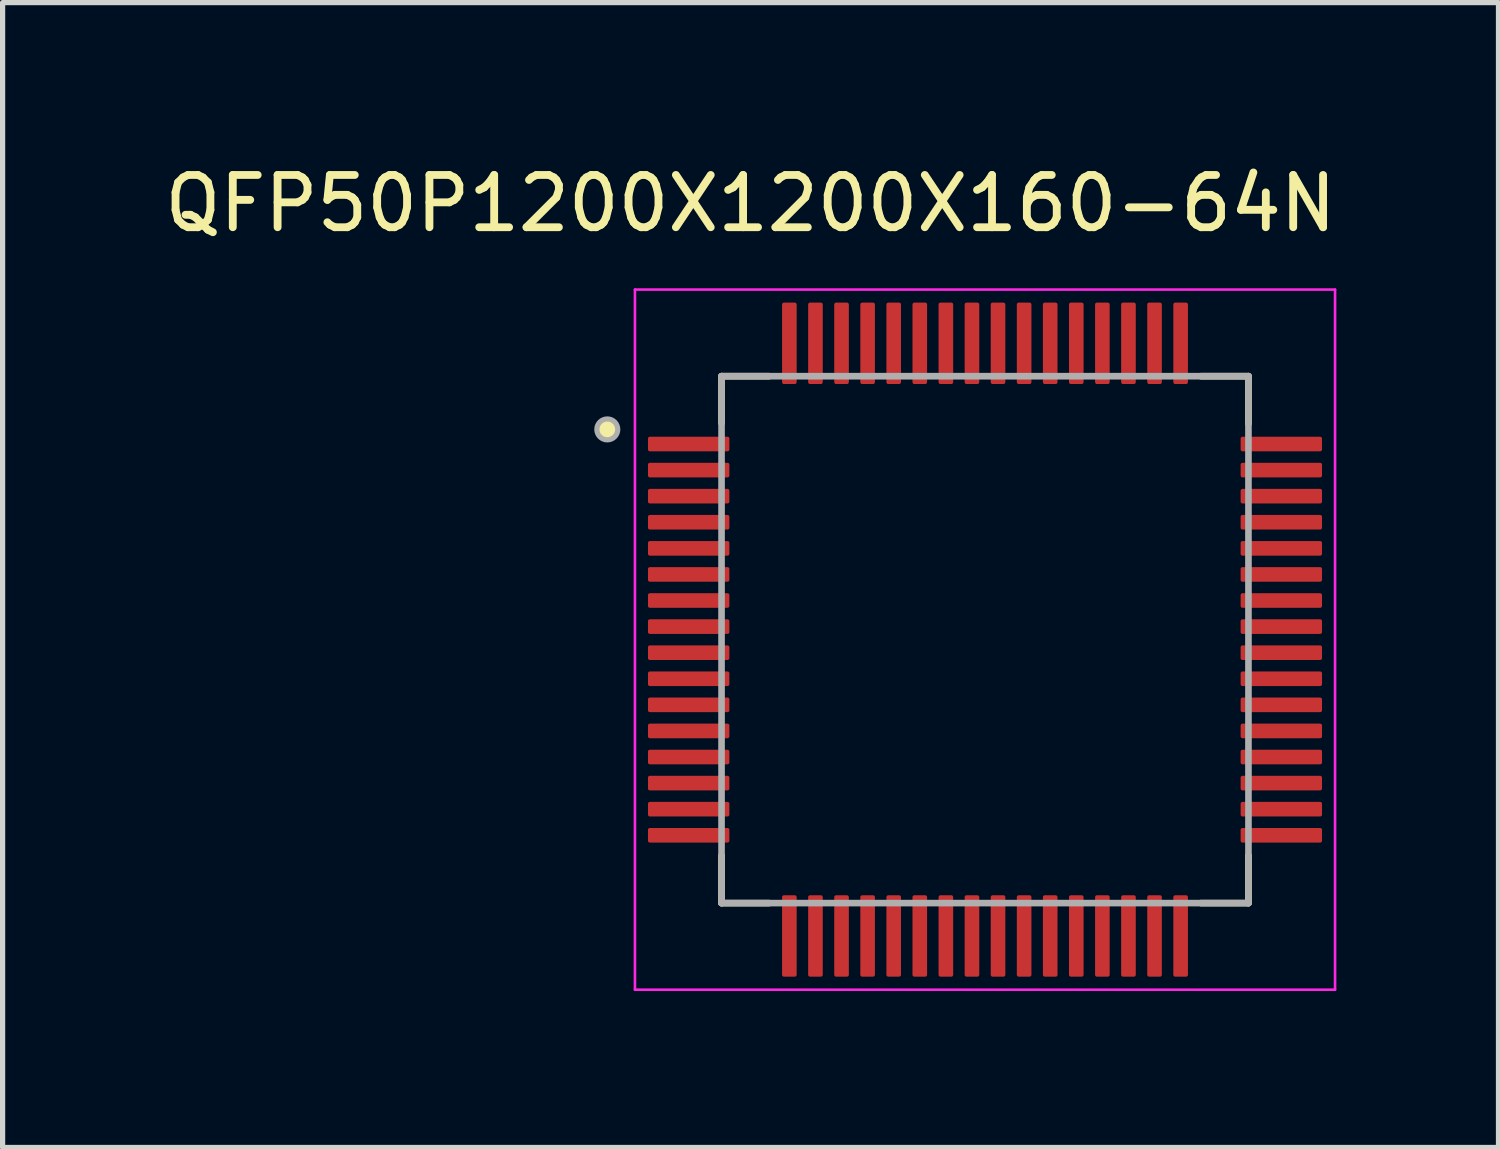
<source format=kicad_pcb>
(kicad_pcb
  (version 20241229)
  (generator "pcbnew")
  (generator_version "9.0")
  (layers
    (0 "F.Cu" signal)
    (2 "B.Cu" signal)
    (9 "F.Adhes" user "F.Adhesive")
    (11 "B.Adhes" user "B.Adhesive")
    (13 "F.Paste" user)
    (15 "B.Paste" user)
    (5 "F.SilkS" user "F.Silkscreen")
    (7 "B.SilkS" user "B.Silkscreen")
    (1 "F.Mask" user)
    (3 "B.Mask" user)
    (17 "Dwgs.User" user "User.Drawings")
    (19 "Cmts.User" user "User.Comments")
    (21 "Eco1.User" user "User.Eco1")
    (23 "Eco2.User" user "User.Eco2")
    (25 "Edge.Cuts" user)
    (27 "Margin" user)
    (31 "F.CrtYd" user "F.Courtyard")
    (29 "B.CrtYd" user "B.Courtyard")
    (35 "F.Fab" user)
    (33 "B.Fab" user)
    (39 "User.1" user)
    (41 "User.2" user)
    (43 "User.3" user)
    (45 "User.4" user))
  (footprint "QFP50P1200X1200X160-64N"
    (layer "F.Cu")
    (at 15.831 9.211)
    (property "Reference" "QFP50P1200X1200X160-64N" (at -4.494 -8.361 0) (layer "F.SilkS") (effects (font (size 1.002 1.002) (thickness 0.15))))
    (attr smd)
    (fp_line (start -5.05 -5.05) (end -5.05 -4.15) (stroke (width 0.127) (type solid)) (layer "F.SilkS"))
    (fp_line (start -5.05 -5.05) (end -4.14 -5.05) (stroke (width 0.127) (type solid)) (layer "F.SilkS"))
    (fp_line (start -5.05 5.05) (end -5.05 4.14) (stroke (width 0.127) (type solid)) (layer "F.SilkS"))
    (fp_line (start -5.05 5.05) (end -4.14 5.05) (stroke (width 0.127) (type solid)) (layer "F.SilkS"))
    (fp_line (start 5.05 -5.05) (end 4.14 -5.05) (stroke (width 0.127) (type solid)) (layer "F.SilkS"))
    (fp_line (start 5.05 -5.05) (end 5.05 -4.14) (stroke (width 0.127) (type solid)) (layer "F.SilkS"))
    (fp_line (start 5.05 5.05) (end 4.14 5.05) (stroke (width 0.127) (type solid)) (layer "F.SilkS"))
    (fp_line (start 5.05 5.05) (end 5.05 4.14) (stroke (width 0.127) (type solid)) (layer "F.SilkS"))
    (fp_circle (center -7.24 -4.03) (end -7.04 -4.03) (stroke (width 0) (type solid)) (fill yes) (layer "F.SilkS"))
    (fp_line (start -6.71 -6.71) (end 6.71 -6.71) (stroke (width 0.05) (type solid)) (layer "F.CrtYd"))
    (fp_line (start -6.71 6.71) (end -6.71 -6.71) (stroke (width 0.05) (type solid)) (layer "F.CrtYd"))
    (fp_line (start -6.71 6.71) (end 6.71 6.71) (stroke (width 0.05) (type solid)) (layer "F.CrtYd"))
    (fp_line (start 6.71 6.71) (end 6.71 -6.71) (stroke (width 0.05) (type solid)) (layer "F.CrtYd"))
    (fp_line (start -5.05 -5.05) (end 5.05 -5.05) (stroke (width 0.127) (type solid)) (layer "F.Fab"))
    (fp_line (start -5.05 5.05) (end -5.05 -5.05) (stroke (width 0.127) (type solid)) (layer "F.Fab"))
    (fp_line (start -5.05 5.05) (end 5.05 5.05) (stroke (width 0.127) (type solid)) (layer "F.Fab"))
    (fp_line (start 5.05 5.05) (end 5.05 -5.05) (stroke (width 0.127) (type solid)) (layer "F.Fab"))
    (fp_circle (center -7.24 -4.03) (end -7.04 -4.03) (stroke (width 0.1) (type solid)) (fill no) (layer "F.Fab"))
    (pad "1" smd roundrect (at -5.68 -3.75) (size 1.56 0.28) (layers "F.Cu" "F.Mask" "F.Paste") (roundrect_rratio 0.125))
    (pad "2" smd roundrect (at -5.68 -3.25) (size 1.56 0.28) (layers "F.Cu" "F.Mask" "F.Paste") (roundrect_rratio 0.125))
    (pad "3" smd roundrect (at -5.68 -2.75) (size 1.56 0.28) (layers "F.Cu" "F.Mask" "F.Paste") (roundrect_rratio 0.125))
    (pad "4" smd roundrect (at -5.68 -2.25) (size 1.56 0.28) (layers "F.Cu" "F.Mask" "F.Paste") (roundrect_rratio 0.125))
    (pad "5" smd roundrect (at -5.68 -1.75) (size 1.56 0.28) (layers "F.Cu" "F.Mask" "F.Paste") (roundrect_rratio 0.125))
    (pad "6" smd roundrect (at -5.68 -1.25) (size 1.56 0.28) (layers "F.Cu" "F.Mask" "F.Paste") (roundrect_rratio 0.125))
    (pad "7" smd roundrect (at -5.68 -0.75) (size 1.56 0.28) (layers "F.Cu" "F.Mask" "F.Paste") (roundrect_rratio 0.125))
    (pad "8" smd roundrect (at -5.68 -0.25) (size 1.56 0.28) (layers "F.Cu" "F.Mask" "F.Paste") (roundrect_rratio 0.125))
    (pad "9" smd roundrect (at -5.68 0.25) (size 1.56 0.28) (layers "F.Cu" "F.Mask" "F.Paste") (roundrect_rratio 0.125))
    (pad "10" smd roundrect (at -5.68 0.75) (size 1.56 0.28) (layers "F.Cu" "F.Mask" "F.Paste") (roundrect_rratio 0.125))
    (pad "11" smd roundrect (at -5.68 1.25) (size 1.56 0.28) (layers "F.Cu" "F.Mask" "F.Paste") (roundrect_rratio 0.125))
    (pad "12" smd roundrect (at -5.68 1.75) (size 1.56 0.28) (layers "F.Cu" "F.Mask" "F.Paste") (roundrect_rratio 0.125))
    (pad "13" smd roundrect (at -5.68 2.25) (size 1.56 0.28) (layers "F.Cu" "F.Mask" "F.Paste") (roundrect_rratio 0.125))
    (pad "14" smd roundrect (at -5.68 2.75) (size 1.56 0.28) (layers "F.Cu" "F.Mask" "F.Paste") (roundrect_rratio 0.125))
    (pad "15" smd roundrect (at -5.68 3.25) (size 1.56 0.28) (layers "F.Cu" "F.Mask" "F.Paste") (roundrect_rratio 0.125))
    (pad "16" smd roundrect (at -5.68 3.75) (size 1.56 0.28) (layers "F.Cu" "F.Mask" "F.Paste") (roundrect_rratio 0.125))
    (pad "17" smd roundrect (at -3.75 5.68) (size 0.28 1.56) (layers "F.Cu" "F.Mask" "F.Paste") (roundrect_rratio 0.125))
    (pad "18" smd roundrect (at -3.25 5.68) (size 0.28 1.56) (layers "F.Cu" "F.Mask" "F.Paste") (roundrect_rratio 0.125))
    (pad "19" smd roundrect (at -2.75 5.68) (size 0.28 1.56) (layers "F.Cu" "F.Mask" "F.Paste") (roundrect_rratio 0.125))
    (pad "20" smd roundrect (at -2.25 5.68) (size 0.28 1.56) (layers "F.Cu" "F.Mask" "F.Paste") (roundrect_rratio 0.125))
    (pad "21" smd roundrect (at -1.75 5.68) (size 0.28 1.56) (layers "F.Cu" "F.Mask" "F.Paste") (roundrect_rratio 0.125))
    (pad "22" smd roundrect (at -1.25 5.68) (size 0.28 1.56) (layers "F.Cu" "F.Mask" "F.Paste") (roundrect_rratio 0.125))
    (pad "23" smd roundrect (at -0.75 5.68) (size 0.28 1.56) (layers "F.Cu" "F.Mask" "F.Paste") (roundrect_rratio 0.125))
    (pad "24" smd roundrect (at -0.25 5.68) (size 0.28 1.56) (layers "F.Cu" "F.Mask" "F.Paste") (roundrect_rratio 0.125))
    (pad "25" smd roundrect (at 0.25 5.68) (size 0.28 1.56) (layers "F.Cu" "F.Mask" "F.Paste") (roundrect_rratio 0.125))
    (pad "26" smd roundrect (at 0.75 5.68) (size 0.28 1.56) (layers "F.Cu" "F.Mask" "F.Paste") (roundrect_rratio 0.125))
    (pad "27" smd roundrect (at 1.25 5.68) (size 0.28 1.56) (layers "F.Cu" "F.Mask" "F.Paste") (roundrect_rratio 0.125))
    (pad "28" smd roundrect (at 1.75 5.68) (size 0.28 1.56) (layers "F.Cu" "F.Mask" "F.Paste") (roundrect_rratio 0.125))
    (pad "29" smd roundrect (at 2.25 5.68) (size 0.28 1.56) (layers "F.Cu" "F.Mask" "F.Paste") (roundrect_rratio 0.125))
    (pad "30" smd roundrect (at 2.75 5.68) (size 0.28 1.56) (layers "F.Cu" "F.Mask" "F.Paste") (roundrect_rratio 0.125))
    (pad "31" smd roundrect (at 3.25 5.68) (size 0.28 1.56) (layers "F.Cu" "F.Mask" "F.Paste") (roundrect_rratio 0.125))
    (pad "32" smd roundrect (at 3.75 5.68) (size 0.28 1.56) (layers "F.Cu" "F.Mask" "F.Paste") (roundrect_rratio 0.125))
    (pad "33" smd roundrect (at 5.68 3.75) (size 1.56 0.28) (layers "F.Cu" "F.Mask" "F.Paste") (roundrect_rratio 0.125))
    (pad "34" smd roundrect (at 5.68 3.25) (size 1.56 0.28) (layers "F.Cu" "F.Mask" "F.Paste") (roundrect_rratio 0.125))
    (pad "35" smd roundrect (at 5.68 2.75) (size 1.56 0.28) (layers "F.Cu" "F.Mask" "F.Paste") (roundrect_rratio 0.125))
    (pad "36" smd roundrect (at 5.68 2.25) (size 1.56 0.28) (layers "F.Cu" "F.Mask" "F.Paste") (roundrect_rratio 0.125))
    (pad "37" smd roundrect (at 5.68 1.75) (size 1.56 0.28) (layers "F.Cu" "F.Mask" "F.Paste") (roundrect_rratio 0.125))
    (pad "38" smd roundrect (at 5.68 1.25) (size 1.56 0.28) (layers "F.Cu" "F.Mask" "F.Paste") (roundrect_rratio 0.125))
    (pad "39" smd roundrect (at 5.68 0.75) (size 1.56 0.28) (layers "F.Cu" "F.Mask" "F.Paste") (roundrect_rratio 0.125))
    (pad "40" smd roundrect (at 5.68 0.25) (size 1.56 0.28) (layers "F.Cu" "F.Mask" "F.Paste") (roundrect_rratio 0.125))
    (pad "41" smd roundrect (at 5.68 -0.25) (size 1.56 0.28) (layers "F.Cu" "F.Mask" "F.Paste") (roundrect_rratio 0.125))
    (pad "42" smd roundrect (at 5.68 -0.75) (size 1.56 0.28) (layers "F.Cu" "F.Mask" "F.Paste") (roundrect_rratio 0.125))
    (pad "43" smd roundrect (at 5.68 -1.25) (size 1.56 0.28) (layers "F.Cu" "F.Mask" "F.Paste") (roundrect_rratio 0.125))
    (pad "44" smd roundrect (at 5.68 -1.75) (size 1.56 0.28) (layers "F.Cu" "F.Mask" "F.Paste") (roundrect_rratio 0.125))
    (pad "45" smd roundrect (at 5.68 -2.25) (size 1.56 0.28) (layers "F.Cu" "F.Mask" "F.Paste") (roundrect_rratio 0.125))
    (pad "46" smd roundrect (at 5.68 -2.75) (size 1.56 0.28) (layers "F.Cu" "F.Mask" "F.Paste") (roundrect_rratio 0.125))
    (pad "47" smd roundrect (at 5.68 -3.25) (size 1.56 0.28) (layers "F.Cu" "F.Mask" "F.Paste") (roundrect_rratio 0.125))
    (pad "48" smd roundrect (at 5.68 -3.75) (size 1.56 0.28) (layers "F.Cu" "F.Mask" "F.Paste") (roundrect_rratio 0.125))
    (pad "49" smd roundrect (at 3.75 -5.68) (size 0.28 1.56) (layers "F.Cu" "F.Mask" "F.Paste") (roundrect_rratio 0.125))
    (pad "50" smd roundrect (at 3.25 -5.68) (size 0.28 1.56) (layers "F.Cu" "F.Mask" "F.Paste") (roundrect_rratio 0.125))
    (pad "51" smd roundrect (at 2.75 -5.68) (size 0.28 1.56) (layers "F.Cu" "F.Mask" "F.Paste") (roundrect_rratio 0.125))
    (pad "52" smd roundrect (at 2.25 -5.68) (size 0.28 1.56) (layers "F.Cu" "F.Mask" "F.Paste") (roundrect_rratio 0.125))
    (pad "53" smd roundrect (at 1.75 -5.68) (size 0.28 1.56) (layers "F.Cu" "F.Mask" "F.Paste") (roundrect_rratio 0.125))
    (pad "54" smd roundrect (at 1.25 -5.68) (size 0.28 1.56) (layers "F.Cu" "F.Mask" "F.Paste") (roundrect_rratio 0.125))
    (pad "55" smd roundrect (at 0.75 -5.68) (size 0.28 1.56) (layers "F.Cu" "F.Mask" "F.Paste") (roundrect_rratio 0.125))
    (pad "56" smd roundrect (at 0.25 -5.68) (size 0.28 1.56) (layers "F.Cu" "F.Mask" "F.Paste") (roundrect_rratio 0.125))
    (pad "57" smd roundrect (at -0.25 -5.68) (size 0.28 1.56) (layers "F.Cu" "F.Mask" "F.Paste") (roundrect_rratio 0.125))
    (pad "58" smd roundrect (at -0.75 -5.68) (size 0.28 1.56) (layers "F.Cu" "F.Mask" "F.Paste") (roundrect_rratio 0.125))
    (pad "59" smd roundrect (at -1.25 -5.68) (size 0.28 1.56) (layers "F.Cu" "F.Mask" "F.Paste") (roundrect_rratio 0.125))
    (pad "60" smd roundrect (at -1.75 -5.68) (size 0.28 1.56) (layers "F.Cu" "F.Mask" "F.Paste") (roundrect_rratio 0.125))
    (pad "61" smd roundrect (at -2.25 -5.68) (size 0.28 1.56) (layers "F.Cu" "F.Mask" "F.Paste") (roundrect_rratio 0.125))
    (pad "62" smd roundrect (at -2.75 -5.68) (size 0.28 1.56) (layers "F.Cu" "F.Mask" "F.Paste") (roundrect_rratio 0.125))
    (pad "63" smd roundrect (at -3.25 -5.68) (size 0.28 1.56) (layers "F.Cu" "F.Mask" "F.Paste") (roundrect_rratio 0.125))
    (pad "64" smd roundrect (at -3.75 -5.68) (size 0.28 1.56) (layers "F.Cu" "F.Mask" "F.Paste") (roundrect_rratio 0.125)))
  (gr_rect
    (start -3 -3)
    (end 25.674 18.946)
    (stroke (width 0.1) (type default))
    (fill no)
    (layer "Edge.Cuts")))
</source>
